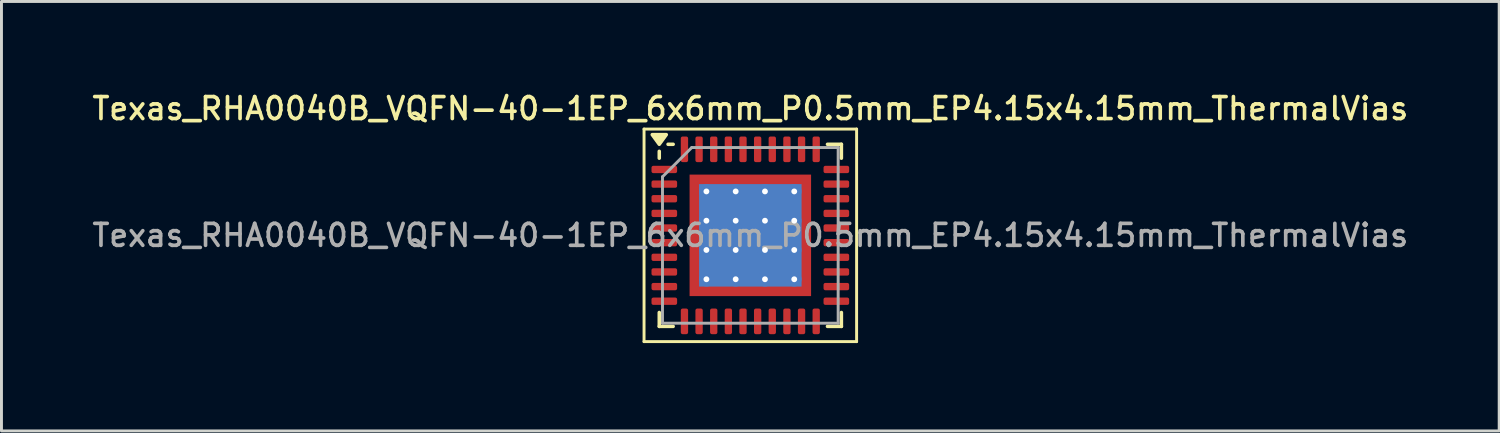
<source format=kicad_pcb>
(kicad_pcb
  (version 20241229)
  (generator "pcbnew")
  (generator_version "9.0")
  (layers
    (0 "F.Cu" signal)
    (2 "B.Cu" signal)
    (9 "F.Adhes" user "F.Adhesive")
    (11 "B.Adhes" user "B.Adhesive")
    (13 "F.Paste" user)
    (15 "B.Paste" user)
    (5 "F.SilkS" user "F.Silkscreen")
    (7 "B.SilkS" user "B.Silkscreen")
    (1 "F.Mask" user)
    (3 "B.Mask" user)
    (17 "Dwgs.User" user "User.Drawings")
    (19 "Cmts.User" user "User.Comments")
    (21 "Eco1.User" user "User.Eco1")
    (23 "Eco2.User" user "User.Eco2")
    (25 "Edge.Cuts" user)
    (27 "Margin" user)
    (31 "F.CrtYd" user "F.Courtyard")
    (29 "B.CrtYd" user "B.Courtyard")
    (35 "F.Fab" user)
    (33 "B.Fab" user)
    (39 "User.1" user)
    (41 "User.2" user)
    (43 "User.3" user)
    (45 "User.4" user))
  (footprint "Texas_RHA0040B_VQFN-40-1EP_6x6mm_P0.5mm_EP4.15x4.15mm_ThermalVias"
    (layer "F.Cu")
    (at 22.577 4.988)
    (property "Reference" "Texas_RHA0040B_VQFN-40-1EP_6x6mm_P0.5mm_EP4.15x4.15mm_ThermalVias" (at 0 -4.33 0) (layer "F.SilkS") (effects (font (size 0.75 0.75) (thickness 0.125))))
    (attr smd)
    (fp_line (start -3.63 -3.63) (end -3.63 3.63) (stroke (width 0.1) (type solid)) (layer "F.SilkS"))
    (fp_line (start -3.63 3.63) (end 3.63 3.63) (stroke (width 0.1) (type solid)) (layer "F.SilkS"))
    (fp_line (start -3.11 -2.635) (end -3.11 -2.87) (stroke (width 0.12) (type solid)) (layer "F.SilkS"))
    (fp_line (start -3.11 3.11) (end -3.11 2.635) (stroke (width 0.12) (type solid)) (layer "F.SilkS"))
    (fp_line (start -2.635 -3.11) (end -2.81 -3.11) (stroke (width 0.12) (type solid)) (layer "F.SilkS"))
    (fp_line (start -2.635 3.11) (end -3.11 3.11) (stroke (width 0.12) (type solid)) (layer "F.SilkS"))
    (fp_line (start 2.635 -3.11) (end 3.11 -3.11) (stroke (width 0.12) (type solid)) (layer "F.SilkS"))
    (fp_line (start 2.635 3.11) (end 3.11 3.11) (stroke (width 0.12) (type solid)) (layer "F.SilkS"))
    (fp_line (start 3.11 -3.11) (end 3.11 -2.635) (stroke (width 0.12) (type solid)) (layer "F.SilkS"))
    (fp_line (start 3.11 3.11) (end 3.11 2.635) (stroke (width 0.12) (type solid)) (layer "F.SilkS"))
    (fp_line (start 3.63 -3.63) (end -3.63 -3.63) (stroke (width 0.1) (type solid)) (layer "F.SilkS"))
    (fp_line (start 3.63 3.63) (end 3.63 -3.63) (stroke (width 0.1) (type solid)) (layer "F.SilkS"))
    (fp_poly (pts (xy -3.11 -3.11) (xy -3.35 -3.44) (xy -2.87 -3.44) (xy -3.11 -3.11)) (stroke (width 0.12) (type solid)) (fill yes) (layer "F.SilkS"))
    (fp_line (start -3 -2) (end -2 -3) (stroke (width 0.1) (type solid)) (layer "F.Fab"))
    (fp_line (start -3 3) (end -3 -2) (stroke (width 0.1) (type solid)) (layer "F.Fab"))
    (fp_line (start -2 -3) (end 3 -3) (stroke (width 0.1) (type solid)) (layer "F.Fab"))
    (fp_line (start 3 -3) (end 3 3) (stroke (width 0.1) (type solid)) (layer "F.Fab"))
    (fp_line (start 3 3) (end -3 3) (stroke (width 0.1) (type solid)) (layer "F.Fab"))
    (fp_text user "${REFERENCE}" (at 0 0 0) (layer "F.Fab") (effects (font (size 0.75 0.75) (thickness 0.125))))
    (pad "" smd custom (at -1.788 -1.788) (size 0.342 0.342) (layers "F.Paste") (options (anchor circle)) (primitives (gr_poly (pts (xy -0.116 -0.116) (xy 0.116 -0.116) (xy 0.116 0.012) (xy 0.012 0.116) (xy -0.116 0.116)) (width 0.232) (fill yes))))
    (pad "" smd custom (at -1.788 -1) (size 0.371 0.371) (layers "F.Paste") (options (anchor circle)) (primitives (gr_poly (pts (xy -0.14 -0.311) (xy 0.063 -0.311) (xy 0.14 -0.235) (xy 0.14 0.235) (xy 0.063 0.311) (xy -0.14 0.311)) (width 0.184) (fill yes))))
    (pad "" smd custom (at -1.788 0) (size 0.371 0.371) (layers "F.Paste") (options (anchor circle)) (primitives (gr_poly (pts (xy -0.14 -0.311) (xy 0.063 -0.311) (xy 0.14 -0.235) (xy 0.14 0.235) (xy 0.063 0.311) (xy -0.14 0.311)) (width 0.184) (fill yes))))
    (pad "" smd custom (at -1.788 1) (size 0.371 0.371) (layers "F.Paste") (options (anchor circle)) (primitives (gr_poly (pts (xy -0.14 -0.311) (xy 0.063 -0.311) (xy 0.14 -0.235) (xy 0.14 0.235) (xy 0.063 0.311) (xy -0.14 0.311)) (width 0.184) (fill yes))))
    (pad "" smd custom (at -1.788 1.788) (size 0.342 0.342) (layers "F.Paste") (options (anchor circle)) (primitives (gr_poly (pts (xy -0.116 -0.116) (xy 0.012 -0.116) (xy 0.116 -0.012) (xy 0.116 0.116) (xy -0.116 0.116)) (width 0.232) (fill yes))))
    (pad "" smd custom (at -1 -1.788) (size 0.371 0.371) (layers "F.Paste") (options (anchor circle)) (primitives (gr_poly (pts (xy -0.311 -0.14) (xy 0.311 -0.14) (xy 0.311 0.063) (xy 0.235 0.14) (xy -0.235 0.14) (xy -0.311 0.063)) (width 0.184) (fill yes))))
    (pad "" smd roundrect (at -1 -1) (size 0.806 0.806) (layers "F.Paste") (roundrect_rratio 0.25))
    (pad "" smd roundrect (at -1 0) (size 0.806 0.806) (layers "F.Paste") (roundrect_rratio 0.25))
    (pad "" smd roundrect (at -1 1) (size 0.806 0.806) (layers "F.Paste") (roundrect_rratio 0.25))
    (pad "" smd custom (at -1 1.788) (size 0.371 0.371) (layers "F.Paste") (options (anchor circle)) (primitives (gr_poly (pts (xy -0.311 -0.063) (xy -0.235 -0.14) (xy 0.235 -0.14) (xy 0.311 -0.063) (xy 0.311 0.14) (xy -0.311 0.14)) (width 0.184) (fill yes))))
    (pad "" smd custom (at 0 -1.788) (size 0.371 0.371) (layers "F.Paste") (options (anchor circle)) (primitives (gr_poly (pts (xy -0.311 -0.14) (xy 0.311 -0.14) (xy 0.311 0.063) (xy 0.235 0.14) (xy -0.235 0.14) (xy -0.311 0.063)) (width 0.184) (fill yes))))
    (pad "" smd roundrect (at 0 -1) (size 0.806 0.806) (layers "F.Paste") (roundrect_rratio 0.25))
    (pad "" smd roundrect (at 0 0) (size 0.806 0.806) (layers "F.Paste") (roundrect_rratio 0.25))
    (pad "" smd roundrect (at 0 1) (size 0.806 0.806) (layers "F.Paste") (roundrect_rratio 0.25))
    (pad "" smd custom (at 0 1.788) (size 0.371 0.371) (layers "F.Paste") (options (anchor circle)) (primitives (gr_poly (pts (xy -0.311 -0.063) (xy -0.235 -0.14) (xy 0.235 -0.14) (xy 0.311 -0.063) (xy 0.311 0.14) (xy -0.311 0.14)) (width 0.184) (fill yes))))
    (pad "" smd custom (at 1 -1.788) (size 0.371 0.371) (layers "F.Paste") (options (anchor circle)) (primitives (gr_poly (pts (xy -0.311 -0.14) (xy 0.311 -0.14) (xy 0.311 0.063) (xy 0.235 0.14) (xy -0.235 0.14) (xy -0.311 0.063)) (width 0.184) (fill yes))))
    (pad "" smd roundrect (at 1 -1) (size 0.806 0.806) (layers "F.Paste") (roundrect_rratio 0.25))
    (pad "" smd roundrect (at 1 0) (size 0.806 0.806) (layers "F.Paste") (roundrect_rratio 0.25))
    (pad "" smd roundrect (at 1 1) (size 0.806 0.806) (layers "F.Paste") (roundrect_rratio 0.25))
    (pad "" smd custom (at 1 1.788) (size 0.371 0.371) (layers "F.Paste") (options (anchor circle)) (primitives (gr_poly (pts (xy -0.311 -0.063) (xy -0.235 -0.14) (xy 0.235 -0.14) (xy 0.311 -0.063) (xy 0.311 0.14) (xy -0.311 0.14)) (width 0.184) (fill yes))))
    (pad "" smd custom (at 1.788 -1.788) (size 0.342 0.342) (layers "F.Paste") (options (anchor circle)) (primitives (gr_poly (pts (xy -0.116 -0.116) (xy 0.116 -0.116) (xy 0.116 0.116) (xy -0.012 0.116) (xy -0.116 0.012)) (width 0.232) (fill yes))))
    (pad "" smd custom (at 1.788 -1) (size 0.371 0.371) (layers "F.Paste") (options (anchor circle)) (primitives (gr_poly (pts (xy -0.14 -0.235) (xy -0.063 -0.311) (xy 0.14 -0.311) (xy 0.14 0.311) (xy -0.063 0.311) (xy -0.14 0.235)) (width 0.184) (fill yes))))
    (pad "" smd custom (at 1.788 0) (size 0.371 0.371) (layers "F.Paste") (options (anchor circle)) (primitives (gr_poly (pts (xy -0.14 -0.235) (xy -0.063 -0.311) (xy 0.14 -0.311) (xy 0.14 0.311) (xy -0.063 0.311) (xy -0.14 0.235)) (width 0.184) (fill yes))))
    (pad "" smd custom (at 1.788 1) (size 0.371 0.371) (layers "F.Paste") (options (anchor circle)) (primitives (gr_poly (pts (xy -0.14 -0.235) (xy -0.063 -0.311) (xy 0.14 -0.311) (xy 0.14 0.311) (xy -0.063 0.311) (xy -0.14 0.235)) (width 0.184) (fill yes))))
    (pad "" smd custom (at 1.788 1.788) (size 0.342 0.342) (layers "F.Paste") (options (anchor circle)) (primitives (gr_poly (pts (xy -0.116 -0.012) (xy -0.012 -0.116) (xy 0.116 -0.116) (xy 0.116 0.116) (xy -0.116 0.116)) (width 0.232) (fill yes))))
    (pad "1" smd roundrect (at -2.938 -2.25) (size 0.875 0.25) (layers "F.Cu" "F.Mask" "F.Paste") (roundrect_rratio 0.25))
    (pad "2" smd roundrect (at -2.938 -1.75) (size 0.875 0.25) (layers "F.Cu" "F.Mask" "F.Paste") (roundrect_rratio 0.25))
    (pad "3" smd roundrect (at -2.938 -1.25) (size 0.875 0.25) (layers "F.Cu" "F.Mask" "F.Paste") (roundrect_rratio 0.25))
    (pad "4" smd roundrect (at -2.938 -0.75) (size 0.875 0.25) (layers "F.Cu" "F.Mask" "F.Paste") (roundrect_rratio 0.25))
    (pad "5" smd roundrect (at -2.938 -0.25) (size 0.875 0.25) (layers "F.Cu" "F.Mask" "F.Paste") (roundrect_rratio 0.25))
    (pad "6" smd roundrect (at -2.938 0.25) (size 0.875 0.25) (layers "F.Cu" "F.Mask" "F.Paste") (roundrect_rratio 0.25))
    (pad "7" smd roundrect (at -2.938 0.75) (size 0.875 0.25) (layers "F.Cu" "F.Mask" "F.Paste") (roundrect_rratio 0.25))
    (pad "8" smd roundrect (at -2.938 1.25) (size 0.875 0.25) (layers "F.Cu" "F.Mask" "F.Paste") (roundrect_rratio 0.25))
    (pad "9" smd roundrect (at -2.938 1.75) (size 0.875 0.25) (layers "F.Cu" "F.Mask" "F.Paste") (roundrect_rratio 0.25))
    (pad "10" smd roundrect (at -2.938 2.25) (size 0.875 0.25) (layers "F.Cu" "F.Mask" "F.Paste") (roundrect_rratio 0.25))
    (pad "11" smd roundrect (at -2.25 2.938) (size 0.25 0.875) (layers "F.Cu" "F.Mask" "F.Paste") (roundrect_rratio 0.25))
    (pad "12" smd roundrect (at -1.75 2.938) (size 0.25 0.875) (layers "F.Cu" "F.Mask" "F.Paste") (roundrect_rratio 0.25))
    (pad "13" smd roundrect (at -1.25 2.938) (size 0.25 0.875) (layers "F.Cu" "F.Mask" "F.Paste") (roundrect_rratio 0.25))
    (pad "14" smd roundrect (at -0.75 2.938) (size 0.25 0.875) (layers "F.Cu" "F.Mask" "F.Paste") (roundrect_rratio 0.25))
    (pad "15" smd roundrect (at -0.25 2.938) (size 0.25 0.875) (layers "F.Cu" "F.Mask" "F.Paste") (roundrect_rratio 0.25))
    (pad "16" smd roundrect (at 0.25 2.938) (size 0.25 0.875) (layers "F.Cu" "F.Mask" "F.Paste") (roundrect_rratio 0.25))
    (pad "17" smd roundrect (at 0.75 2.938) (size 0.25 0.875) (layers "F.Cu" "F.Mask" "F.Paste") (roundrect_rratio 0.25))
    (pad "18" smd roundrect (at 1.25 2.938) (size 0.25 0.875) (layers "F.Cu" "F.Mask" "F.Paste") (roundrect_rratio 0.25))
    (pad "19" smd roundrect (at 1.75 2.938) (size 0.25 0.875) (layers "F.Cu" "F.Mask" "F.Paste") (roundrect_rratio 0.25))
    (pad "20" smd roundrect (at 2.25 2.938) (size 0.25 0.875) (layers "F.Cu" "F.Mask" "F.Paste") (roundrect_rratio 0.25))
    (pad "21" smd roundrect (at 2.938 2.25) (size 0.875 0.25) (layers "F.Cu" "F.Mask" "F.Paste") (roundrect_rratio 0.25))
    (pad "22" smd roundrect (at 2.938 1.75) (size 0.875 0.25) (layers "F.Cu" "F.Mask" "F.Paste") (roundrect_rratio 0.25))
    (pad "23" smd roundrect (at 2.938 1.25) (size 0.875 0.25) (layers "F.Cu" "F.Mask" "F.Paste") (roundrect_rratio 0.25))
    (pad "24" smd roundrect (at 2.938 0.75) (size 0.875 0.25) (layers "F.Cu" "F.Mask" "F.Paste") (roundrect_rratio 0.25))
    (pad "25" smd roundrect (at 2.938 0.25) (size 0.875 0.25) (layers "F.Cu" "F.Mask" "F.Paste") (roundrect_rratio 0.25))
    (pad "26" smd roundrect (at 2.938 -0.25) (size 0.875 0.25) (layers "F.Cu" "F.Mask" "F.Paste") (roundrect_rratio 0.25))
    (pad "27" smd roundrect (at 2.938 -0.75) (size 0.875 0.25) (layers "F.Cu" "F.Mask" "F.Paste") (roundrect_rratio 0.25))
    (pad "28" smd roundrect (at 2.938 -1.25) (size 0.875 0.25) (layers "F.Cu" "F.Mask" "F.Paste") (roundrect_rratio 0.25))
    (pad "29" smd roundrect (at 2.938 -1.75) (size 0.875 0.25) (layers "F.Cu" "F.Mask" "F.Paste") (roundrect_rratio 0.25))
    (pad "30" smd roundrect (at 2.938 -2.25) (size 0.875 0.25) (layers "F.Cu" "F.Mask" "F.Paste") (roundrect_rratio 0.25))
    (pad "31" smd roundrect (at 2.25 -2.938) (size 0.25 0.875) (layers "F.Cu" "F.Mask" "F.Paste") (roundrect_rratio 0.25))
    (pad "32" smd roundrect (at 1.75 -2.938) (size 0.25 0.875) (layers "F.Cu" "F.Mask" "F.Paste") (roundrect_rratio 0.25))
    (pad "33" smd roundrect (at 1.25 -2.938) (size 0.25 0.875) (layers "F.Cu" "F.Mask" "F.Paste") (roundrect_rratio 0.25))
    (pad "34" smd roundrect (at 0.75 -2.938) (size 0.25 0.875) (layers "F.Cu" "F.Mask" "F.Paste") (roundrect_rratio 0.25))
    (pad "35" smd roundrect (at 0.25 -2.938) (size 0.25 0.875) (layers "F.Cu" "F.Mask" "F.Paste") (roundrect_rratio 0.25))
    (pad "36" smd roundrect (at -0.25 -2.938) (size 0.25 0.875) (layers "F.Cu" "F.Mask" "F.Paste") (roundrect_rratio 0.25))
    (pad "37" smd roundrect (at -0.75 -2.938) (size 0.25 0.875) (layers "F.Cu" "F.Mask" "F.Paste") (roundrect_rratio 0.25))
    (pad "38" smd roundrect (at -1.25 -2.938) (size 0.25 0.875) (layers "F.Cu" "F.Mask" "F.Paste") (roundrect_rratio 0.25))
    (pad "39" smd roundrect (at -1.75 -2.938) (size 0.25 0.875) (layers "F.Cu" "F.Mask" "F.Paste") (roundrect_rratio 0.25))
    (pad "40" smd roundrect (at -2.25 -2.938) (size 0.25 0.875) (layers "F.Cu" "F.Mask" "F.Paste") (roundrect_rratio 0.25))
    (pad "41" thru_hole circle (at -1.5 -1.5) (size 0.5 0.5) (drill 0.2) (property pad_prop_heatsink) (layers "*.Cu"))
    (pad "41" thru_hole circle (at -1.5 -0.5) (size 0.5 0.5) (drill 0.2) (property pad_prop_heatsink) (layers "*.Cu"))
    (pad "41" thru_hole circle (at -1.5 0.5) (size 0.5 0.5) (drill 0.2) (property pad_prop_heatsink) (layers "*.Cu"))
    (pad "41" thru_hole circle (at -1.5 1.5) (size 0.5 0.5) (drill 0.2) (property pad_prop_heatsink) (layers "*.Cu"))
    (pad "41" thru_hole circle (at -0.5 -1.5) (size 0.5 0.5) (drill 0.2) (property pad_prop_heatsink) (layers "*.Cu"))
    (pad "41" thru_hole circle (at -0.5 -0.5) (size 0.5 0.5) (drill 0.2) (property pad_prop_heatsink) (layers "*.Cu"))
    (pad "41" thru_hole circle (at -0.5 0.5) (size 0.5 0.5) (drill 0.2) (property pad_prop_heatsink) (layers "*.Cu"))
    (pad "41" thru_hole circle (at -0.5 1.5) (size 0.5 0.5) (drill 0.2) (property pad_prop_heatsink) (layers "*.Cu"))
    (pad "41" smd rect (at 0 0) (size 3.5 3.5) (property pad_prop_heatsink) (layers "B.Cu"))
    (pad "41" smd rect (at 0 0) (size 4.15 4.15) (property pad_prop_heatsink) (layers "F.Cu" "F.Mask"))
    (pad "41" thru_hole circle (at 0.5 -1.5) (size 0.5 0.5) (drill 0.2) (property pad_prop_heatsink) (layers "*.Cu"))
    (pad "41" thru_hole circle (at 0.5 -0.5) (size 0.5 0.5) (drill 0.2) (property pad_prop_heatsink) (layers "*.Cu"))
    (pad "41" thru_hole circle (at 0.5 0.5) (size 0.5 0.5) (drill 0.2) (property pad_prop_heatsink) (layers "*.Cu"))
    (pad "41" thru_hole circle (at 0.5 1.5) (size 0.5 0.5) (drill 0.2) (property pad_prop_heatsink) (layers "*.Cu"))
    (pad "41" thru_hole circle (at 1.5 -1.5) (size 0.5 0.5) (drill 0.2) (property pad_prop_heatsink) (layers "*.Cu"))
    (pad "41" thru_hole circle (at 1.5 -0.5) (size 0.5 0.5) (drill 0.2) (property pad_prop_heatsink) (layers "*.Cu"))
    (pad "41" thru_hole circle (at 1.5 0.5) (size 0.5 0.5) (drill 0.2) (property pad_prop_heatsink) (layers "*.Cu"))
    (pad "41" thru_hole circle (at 1.5 1.5) (size 0.5 0.5) (drill 0.2) (property pad_prop_heatsink) (layers "*.Cu")))
  (gr_rect
    (start -3 -3)
    (end 48.154 11.668)
    (stroke (width 0.1) (type default))
    (fill no)
    (layer "Edge.Cuts")))
</source>
